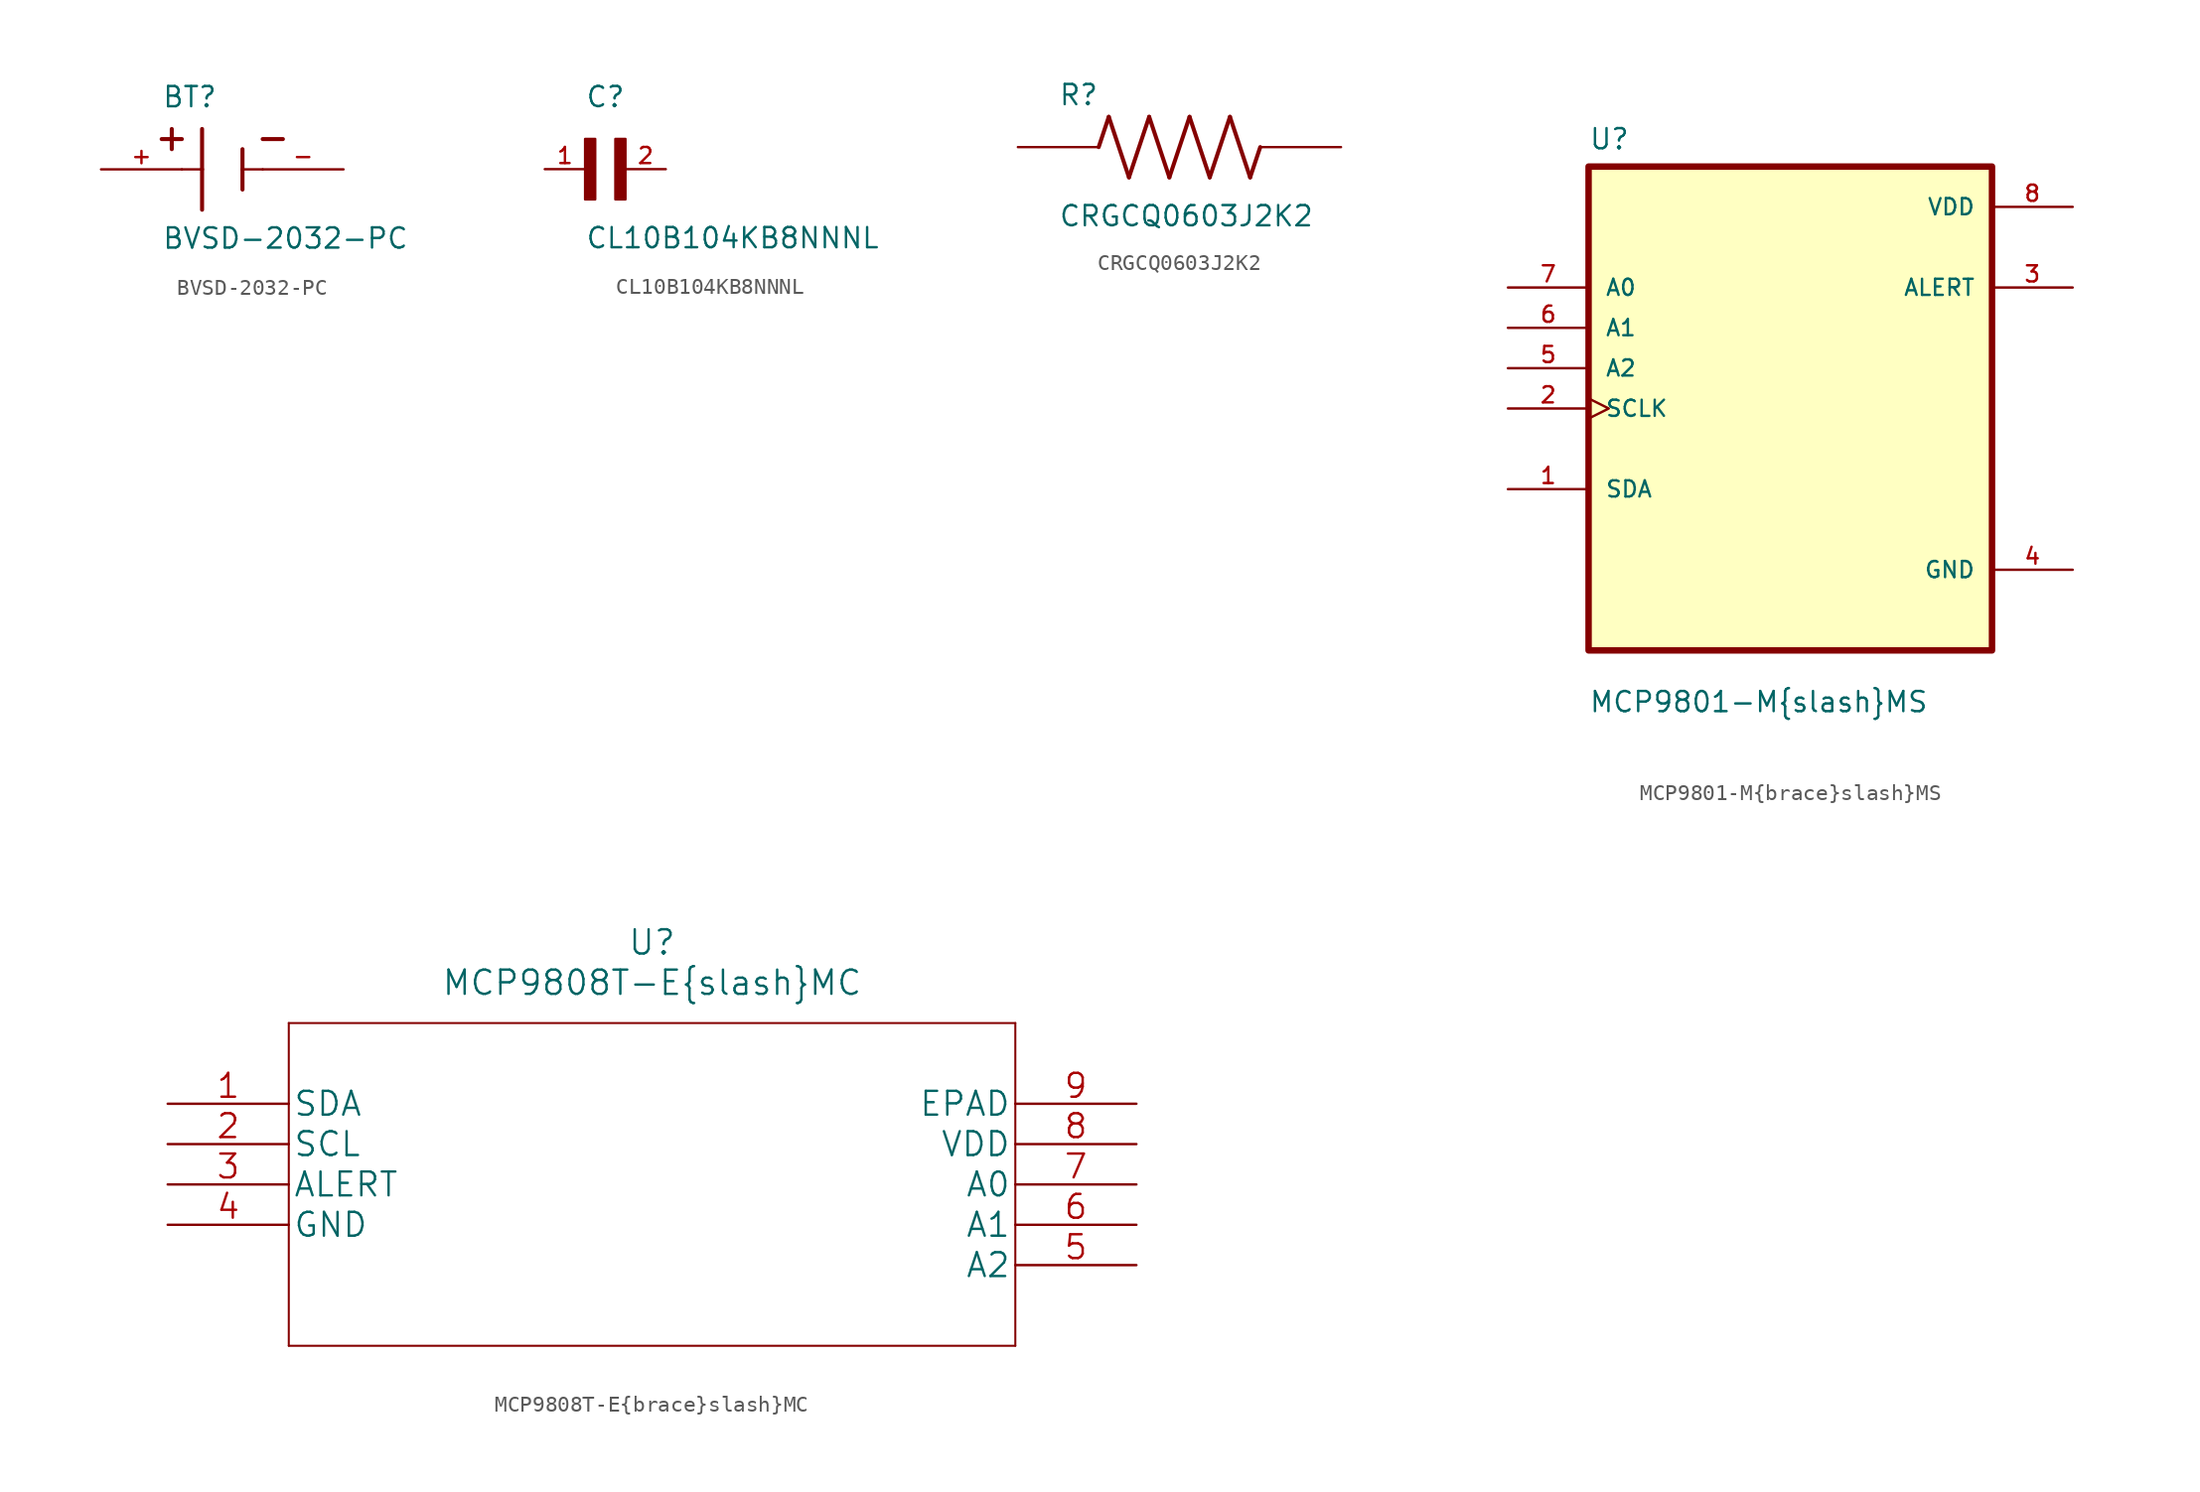
<source format=kicad_sym>
(kicad_symbol_lib
  (version 20211014)
  (generator kicad_symbol_editor)
  (symbol "BVSD-2032-PC"
    (pin_names
      (offset 1.016) hide)
    (property "Reference" "BT"
      (at -3.81 3.81 0)
      (effects (font (size 1.27 1.27)) (justify left bottom)))
    (property "Value" "BVSD-2032-PC"
      (at -3.81 -5.08 0)
      (effects (font (size 1.27 1.27)) (justify left bottom)))
    (property "ki_locked" ""
      (at 0 0 0)
      (effects (font (size 1.27 1.27))))
    (symbol "BVSD-2032-PC_0_0"
      (polyline (pts (xy -3.81 1.905) (xy -2.54 1.905)) (stroke (width 0.254) (type default) (color 0 0 0 0)) (fill (type none)))
      (polyline (pts (xy -3.175 2.54) (xy -3.175 1.27)) (stroke (width 0.254) (type default) (color 0 0 0 0)) (fill (type none)))
      (polyline (pts (xy -1.27 0) (xy -2.54 0)) (stroke (width 0.152) (type default) (color 0 0 0 0)) (fill (type none)))
      (polyline (pts (xy -1.27 0) (xy -1.27 -2.54)) (stroke (width 0.254) (type default) (color 0 0 0 0)) (fill (type none)))
      (polyline (pts (xy -1.27 2.54) (xy -1.27 0)) (stroke (width 0.254) (type default) (color 0 0 0 0)) (fill (type none)))
      (polyline (pts (xy 1.27 0) (xy 1.27 -1.27)) (stroke (width 0.254) (type default) (color 0 0 0 0)) (fill (type none)))
      (polyline (pts (xy 1.27 0) (xy 2.54 0)) (stroke (width 0.152) (type default) (color 0 0 0 0)) (fill (type none)))
      (polyline (pts (xy 1.27 1.27) (xy 1.27 0)) (stroke (width 0.254) (type default) (color 0 0 0 0)) (fill (type none)))
      (polyline (pts (xy 2.54 1.905) (xy 3.81 1.905)) (stroke (width 0.254) (type default) (color 0 0 0 0)) (fill (type none)))
      (pin passive line (at -7.62 0 0) (length 5.08) (name "~" (effects (font (size 1.016 1.016)))) (number "+" (effects (font (size 1.016 1.016)))))
      (pin passive line (at 7.62 0 180) (length 5.08) (name "~" (effects (font (size 1.016 1.016)))) (number "-" (effects (font (size 1.016 1.016)))))))
  (symbol "CL10B104KB8NNNL"
    (pin_names
      (offset 1.016) hide)
    (property "Reference" "C"
      (at 0 3.81 0)
      (effects (font (size 1.27 1.27)) (justify left bottom)))
    (property "Value" "CL10B104KB8NNNL"
      (at 0 -5.08 0)
      (effects (font (size 1.27 1.27)) (justify left bottom)))
    (property "ki_locked" ""
      (at 0 0 0)
      (effects (font (size 1.27 1.27))))
    (symbol "CL10B104KB8NNNL_0_0"
      (rectangle (start 0 -1.905) (end 0.635 1.905) (stroke (width 0) (type default) (color 0 0 0 0)) (fill (type outline)))
      (rectangle (start 1.905 -1.905) (end 2.54 1.905) (stroke (width 0) (type default) (color 0 0 0 0)) (fill (type outline)))
      (pin passive line (at -2.54 0 0) (length 2.54) (name "~" (effects (font (size 1.016 1.016)))) (number "1" (effects (font (size 1.016 1.016)))))
      (pin passive line (at 5.08 0 180) (length 2.54) (name "~" (effects (font (size 1.016 1.016)))) (number "2" (effects (font (size 1.016 1.016)))))))
  (symbol "CRGCQ0603J2K2"
    (pin_numbers hide)
    (pin_names
      (offset 1.016) hide)
    (property "Reference" "R"
      (at -7.62 2.54 0)
      (effects (font (size 1.27 1.27)) (justify left bottom)))
    (property "Value" "CRGCQ0603J2K2"
      (at -7.62 -5.08 0)
      (effects (font (size 1.27 1.27)) (justify left bottom)))
    (property "ki_locked" ""
      (at 0 0 0)
      (effects (font (size 1.27 1.27))))
    (symbol "CRGCQ0603J2K2_0_0"
      (polyline (pts (xy -5.08 0) (xy -4.445 1.905)) (stroke (width 0.254) (type default) (color 0 0 0 0)) (fill (type none)))
      (polyline (pts (xy -4.445 1.905) (xy -3.175 -1.905)) (stroke (width 0.254) (type default) (color 0 0 0 0)) (fill (type none)))
      (polyline (pts (xy -3.175 -1.905) (xy -1.905 1.905)) (stroke (width 0.254) (type default) (color 0 0 0 0)) (fill (type none)))
      (polyline (pts (xy -1.905 1.905) (xy -0.635 -1.905)) (stroke (width 0.254) (type default) (color 0 0 0 0)) (fill (type none)))
      (polyline (pts (xy -0.635 -1.905) (xy 0.635 1.905)) (stroke (width 0.254) (type default) (color 0 0 0 0)) (fill (type none)))
      (polyline (pts (xy 0.635 1.905) (xy 1.905 -1.905)) (stroke (width 0.254) (type default) (color 0 0 0 0)) (fill (type none)))
      (polyline (pts (xy 1.905 -1.905) (xy 3.175 1.905)) (stroke (width 0.254) (type default) (color 0 0 0 0)) (fill (type none)))
      (polyline (pts (xy 3.175 1.905) (xy 4.445 -1.905)) (stroke (width 0.254) (type default) (color 0 0 0 0)) (fill (type none)))
      (polyline (pts (xy 4.445 -1.905) (xy 5.08 0)) (stroke (width 0.254) (type default) (color 0 0 0 0)) (fill (type none)))
      (pin passive line (at -10.16 0 0) (length 5.08) (name "~" (effects (font (size 1.016 1.016)))) (number "1" (effects (font (size 1.016 1.016)))))
      (pin passive line (at 10.16 0 180) (length 5.08) (name "~" (effects (font (size 1.016 1.016)))) (number "2" (effects (font (size 1.016 1.016)))))))
  (symbol "MCP9801-M{brace}slash}MS"
    (pin_names
      (offset 1.016))
    (property "Reference" "U"
      (at -12.7 16.231 0)
      (effects (font (size 1.27 1.27)) (justify left bottom)))
    (property "Value" "MCP9801-M{brace}slash}MS"
      (at -12.7 -19.228 0)
      (effects (font (size 1.27 1.27)) (justify left bottom)))
    (property "ki_locked" ""
      (at 0 0 0)
      (effects (font (size 1.27 1.27))))
    (symbol "MCP9801-M{brace}slash}MS_0_0"
      (rectangle (start -12.7 -15.24) (end 12.7 15.24) (stroke (width 0.406) (type default) (color 0 0 0 0)) (fill (type background)))
      (pin bidirectional line (at -17.78 -5.08 0) (length 5.08) (name "SDA" (effects (font (size 1.016 1.016)))) (number "1" (effects (font (size 1.016 1.016)))))
      (pin input clock (at -17.78 0 0) (length 5.08) (name "SCLK" (effects (font (size 1.016 1.016)))) (number "2" (effects (font (size 1.016 1.016)))))
      (pin output line (at 17.78 7.62 180) (length 5.08) (name "ALERT" (effects (font (size 1.016 1.016)))) (number "3" (effects (font (size 1.016 1.016)))))
      (pin power_in line (at 17.78 -10.16 180) (length 5.08) (name "GND" (effects (font (size 1.016 1.016)))) (number "4" (effects (font (size 1.016 1.016)))))
      (pin input line (at -17.78 2.54 0) (length 5.08) (name "A2" (effects (font (size 1.016 1.016)))) (number "5" (effects (font (size 1.016 1.016)))))
      (pin input line (at -17.78 5.08 0) (length 5.08) (name "A1" (effects (font (size 1.016 1.016)))) (number "6" (effects (font (size 1.016 1.016)))))
      (pin input line (at -17.78 7.62 0) (length 5.08) (name "A0" (effects (font (size 1.016 1.016)))) (number "7" (effects (font (size 1.016 1.016)))))
      (pin power_in line (at 17.78 12.7 180) (length 5.08) (name "VDD" (effects (font (size 1.016 1.016)))) (number "8" (effects (font (size 1.016 1.016)))))))
  (symbol "MCP9808T-E{brace}slash}MC"
    (pin_names
      (offset 0.254))
    (property "Reference" "U"
      (at 30.48 10.16 0)
      (effects (font (size 1.524 1.524))))
    (property "Value" "MCP9808T-E{brace}slash}MC"
      (at 30.48 7.62 0)
      (effects (font (size 1.524 1.524))))
    (property "Datasheet" ""
      (at 0 0 0)
      (effects (font (size 1.524 1.524))))
    (property "ki_locked" ""
      (at 0 0 0)
      (effects (font (size 1.27 1.27))))
    (symbol "MCP9808T-E{brace}slash}MC_1_1"
      (polyline (pts (xy 7.62 -15.24) (xy 53.34 -15.24)) (stroke (width 0.127) (type default) (color 0 0 0 0)) (fill (type none)))
      (polyline (pts (xy 7.62 5.08) (xy 7.62 -15.24)) (stroke (width 0.127) (type default) (color 0 0 0 0)) (fill (type none)))
      (polyline (pts (xy 53.34 -15.24) (xy 53.34 5.08)) (stroke (width 0.127) (type default) (color 0 0 0 0)) (fill (type none)))
      (polyline (pts (xy 53.34 5.08) (xy 7.62 5.08)) (stroke (width 0.127) (type default) (color 0 0 0 0)) (fill (type none)))
      (pin unspecified line (at 0 0 0) (length 7.62) (name "SDA" (effects (font (size 1.499 1.499)))) (number "1" (effects (font (size 1.499 1.499)))))
      (pin unspecified line (at 0 -2.54 0) (length 7.62) (name "SCL" (effects (font (size 1.499 1.499)))) (number "2" (effects (font (size 1.499 1.499)))))
      (pin output line (at 0 -5.08 0) (length 7.62) (name "ALERT" (effects (font (size 1.499 1.499)))) (number "3" (effects (font (size 1.499 1.499)))))
      (pin power_in line (at 0 -7.62 0) (length 7.62) (name "GND" (effects (font (size 1.499 1.499)))) (number "4" (effects (font (size 1.499 1.499)))))
      (pin unspecified line (at 60.96 -10.16 180) (length 7.62) (name "A2" (effects (font (size 1.499 1.499)))) (number "5" (effects (font (size 1.499 1.499)))))
      (pin unspecified line (at 60.96 -7.62 180) (length 7.62) (name "A1" (effects (font (size 1.499 1.499)))) (number "6" (effects (font (size 1.499 1.499)))))
      (pin unspecified line (at 60.96 -5.08 180) (length 7.62) (name "A0" (effects (font (size 1.499 1.499)))) (number "7" (effects (font (size 1.499 1.499)))))
      (pin power_in line (at 60.96 -2.54 180) (length 7.62) (name "VDD" (effects (font (size 1.499 1.499)))) (number "8" (effects (font (size 1.499 1.499)))))
      (pin unspecified line (at 60.96 0 180) (length 7.62) (name "EPAD" (effects (font (size 1.499 1.499)))) (number "9" (effects (font (size 1.499 1.499))))))))
</source>
